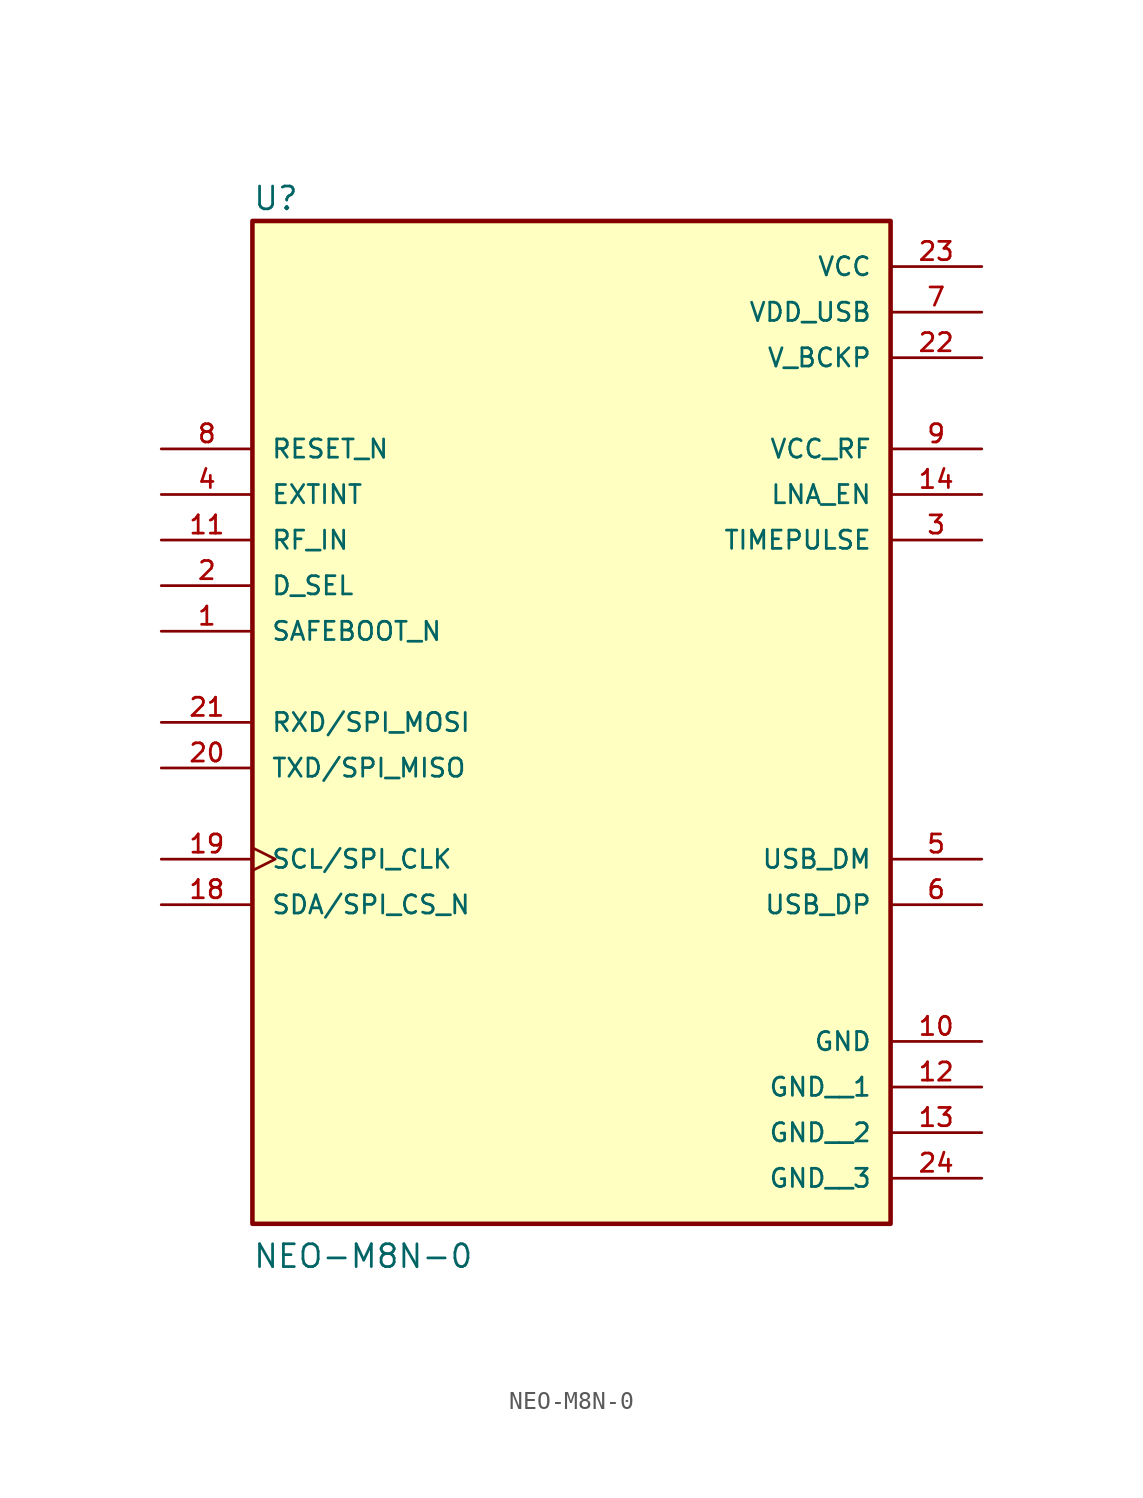
<source format=kicad_sym>
(kicad_symbol_lib
  (version 20211014)
  (generator kicad_symbol_editor)
  (symbol "NEO-M8N-0"
    (pin_names
      (offset 1.016))
    (property "Reference" "U"
      (at -17.784 23.374 0)
      (effects (font (size 1.27 1.27)) (justify bottom left)))
    (property "Value" "NEO-M8N-0"
      (at -17.785 -35.567 0)
      (effects (font (size 1.27 1.27)) (justify bottom left)))
    (symbol "NEO-M8N-0_0_0"
      (rectangle (start -17.78 -33.02) (end 17.78 22.86) (stroke (width 0.254)) (fill (type background)))
      (pin input line (at -22.86 7.62 0) (length 5.08) (name "EXTINT" (effects (font (size 1.016 1.016)))) (number "4" (effects (font (size 1.016 1.016)))))
      (pin power_in line (at 22.86 -22.86 180.0) (length 5.08) (name "GND" (effects (font (size 1.016 1.016)))) (number "10" (effects (font (size 1.016 1.016)))))
      (pin input line (at -22.86 2.54 0) (length 5.08) (name "D_SEL" (effects (font (size 1.016 1.016)))) (number "2" (effects (font (size 1.016 1.016)))))
      (pin input clock (at -22.86 -12.7 0) (length 5.08) (name "SCL/SPI_CLK" (effects (font (size 1.016 1.016)))) (number "19" (effects (font (size 1.016 1.016)))))
      (pin bidirectional line (at -22.86 -15.24 0) (length 5.08) (name "SDA/SPI_CS_N" (effects (font (size 1.016 1.016)))) (number "18" (effects (font (size 1.016 1.016)))))
      (pin input line (at -22.86 5.08 0) (length 5.08) (name "RF_IN" (effects (font (size 1.016 1.016)))) (number "11" (effects (font (size 1.016 1.016)))))
      (pin input line (at -22.86 10.16 0) (length 5.08) (name "RESET_N" (effects (font (size 1.016 1.016)))) (number "8" (effects (font (size 1.016 1.016)))))
      (pin output line (at -22.86 -7.62 0) (length 5.08) (name "TXD/SPI_MISO" (effects (font (size 1.016 1.016)))) (number "20" (effects (font (size 1.016 1.016)))))
      (pin input line (at -22.86 -5.08 0) (length 5.08) (name "RXD/SPI_MOSI" (effects (font (size 1.016 1.016)))) (number "21" (effects (font (size 1.016 1.016)))))
      (pin output line (at 22.86 5.08 180.0) (length 5.08) (name "TIMEPULSE" (effects (font (size 1.016 1.016)))) (number "3" (effects (font (size 1.016 1.016)))))
      (pin output line (at 22.86 7.62 180.0) (length 5.08) (name "LNA_EN" (effects (font (size 1.016 1.016)))) (number "14" (effects (font (size 1.016 1.016)))))
      (pin bidirectional line (at 22.86 -12.7 180.0) (length 5.08) (name "USB_DM" (effects (font (size 1.016 1.016)))) (number "5" (effects (font (size 1.016 1.016)))))
      (pin bidirectional line (at 22.86 -15.24 180.0) (length 5.08) (name "USB_DP" (effects (font (size 1.016 1.016)))) (number "6" (effects (font (size 1.016 1.016)))))
      (pin power_in line (at 22.86 15.24 180.0) (length 5.08) (name "V_BCKP" (effects (font (size 1.016 1.016)))) (number "22" (effects (font (size 1.016 1.016)))))
      (pin power_in line (at 22.86 20.32 180.0) (length 5.08) (name "VCC" (effects (font (size 1.016 1.016)))) (number "23" (effects (font (size 1.016 1.016)))))
      (pin output line (at 22.86 10.16 180.0) (length 5.08) (name "VCC_RF" (effects (font (size 1.016 1.016)))) (number "9" (effects (font (size 1.016 1.016)))))
      (pin power_in line (at 22.86 17.78 180.0) (length 5.08) (name "VDD_USB" (effects (font (size 1.016 1.016)))) (number "7" (effects (font (size 1.016 1.016)))))
      (pin input line (at -22.86 0.0 0) (length 5.08) (name "SAFEBOOT_N" (effects (font (size 1.016 1.016)))) (number "1" (effects (font (size 1.016 1.016)))))
      (pin power_in line (at 22.86 -25.4 180.0) (length 5.08) (name "GND__1" (effects (font (size 1.016 1.016)))) (number "12" (effects (font (size 1.016 1.016)))))
      (pin power_in line (at 22.86 -27.94 180.0) (length 5.08) (name "GND__2" (effects (font (size 1.016 1.016)))) (number "13" (effects (font (size 1.016 1.016)))))
      (pin power_in line (at 22.86 -30.48 180.0) (length 5.08) (name "GND__3" (effects (font (size 1.016 1.016)))) (number "24" (effects (font (size 1.016 1.016))))))))
</source>
